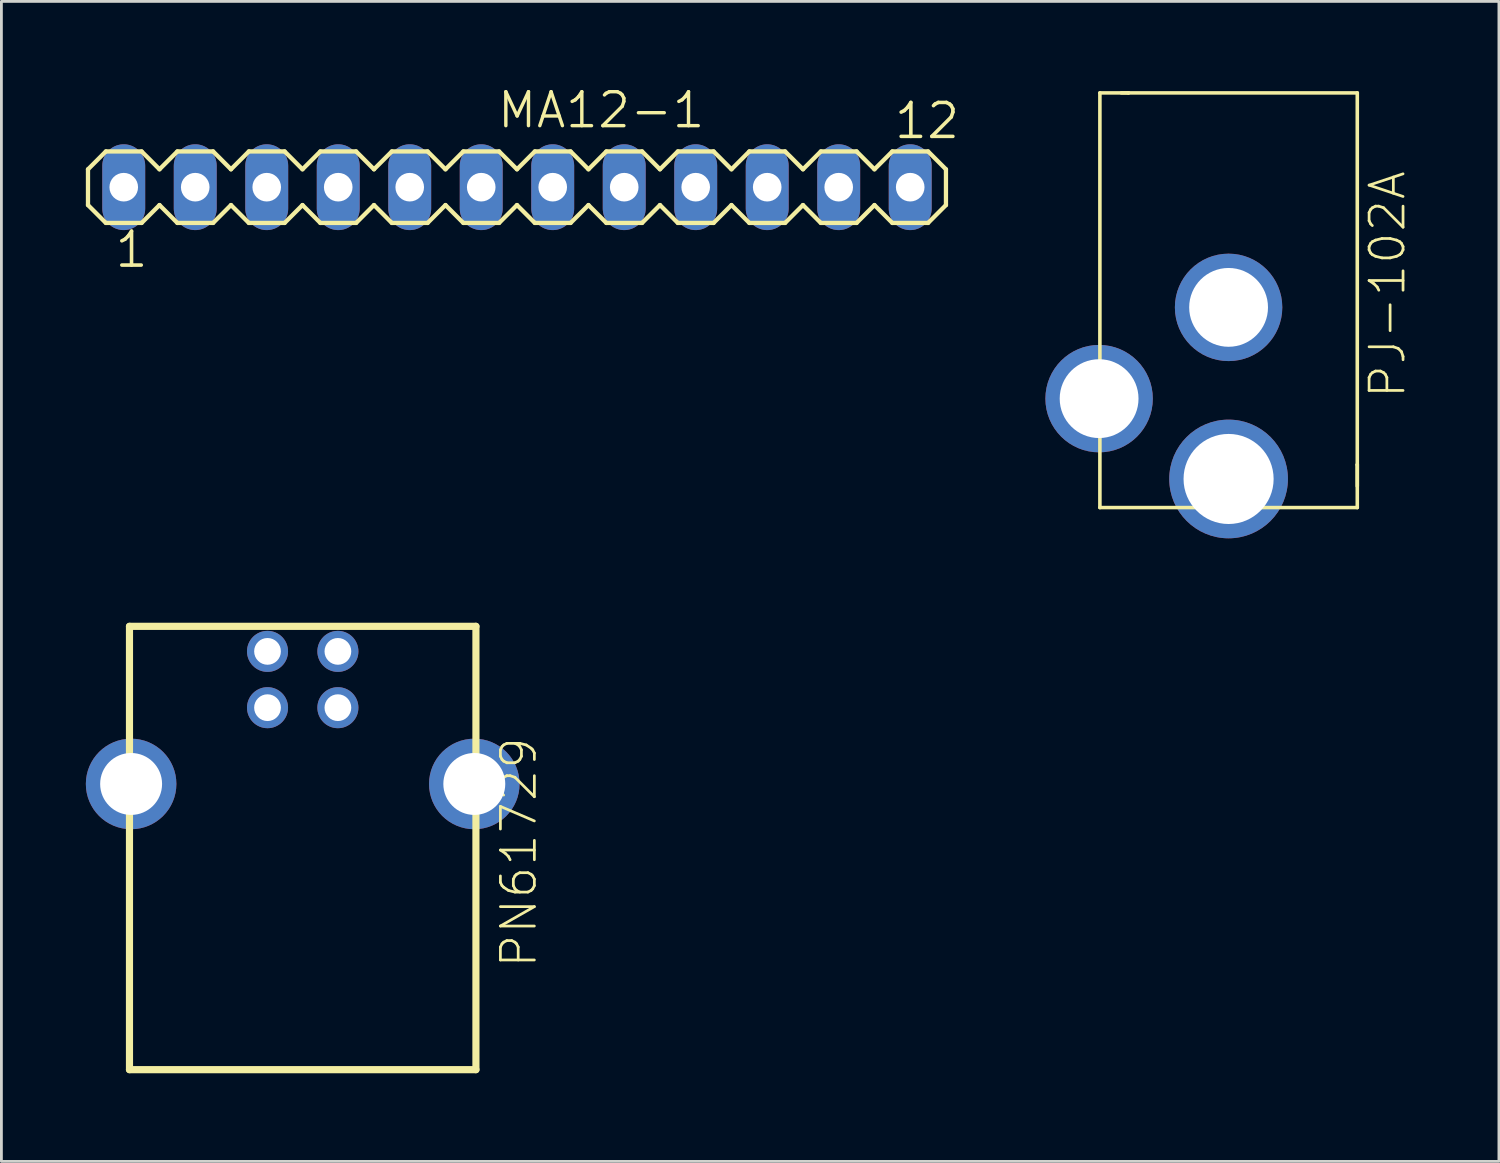
<source format=kicad_pcb>
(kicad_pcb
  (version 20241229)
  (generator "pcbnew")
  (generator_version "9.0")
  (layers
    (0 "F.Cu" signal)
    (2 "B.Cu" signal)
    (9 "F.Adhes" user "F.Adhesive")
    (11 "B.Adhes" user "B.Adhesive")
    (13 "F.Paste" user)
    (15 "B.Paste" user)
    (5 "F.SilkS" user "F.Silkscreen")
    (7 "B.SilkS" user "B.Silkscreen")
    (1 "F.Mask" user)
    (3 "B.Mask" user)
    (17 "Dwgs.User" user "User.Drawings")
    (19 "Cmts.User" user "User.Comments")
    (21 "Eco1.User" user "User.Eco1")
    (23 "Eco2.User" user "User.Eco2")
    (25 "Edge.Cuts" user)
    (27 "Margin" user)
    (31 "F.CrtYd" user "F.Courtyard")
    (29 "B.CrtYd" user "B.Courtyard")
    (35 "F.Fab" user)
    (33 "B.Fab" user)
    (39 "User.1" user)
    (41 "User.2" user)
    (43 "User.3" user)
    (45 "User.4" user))
  (footprint "PJ-102A"
    (layer "F.Cu")
    (at 40.597 0.25)
    (property "Reference" "PJ-102A" (at 6.35 10.922 270) (layer "F.SilkS") (effects (font (size 1.206 1.206) (thickness 0.097)) (justify left bottom)))
    (attr through_hole)
    (fp_line (start -4.572 0) (end -4.572 14.732) (stroke (width 0.127) (type solid)) (layer "F.SilkS"))
    (fp_line (start -4.572 14.732) (end 4.572 14.732) (stroke (width 0.127) (type solid)) (layer "F.SilkS"))
    (fp_line (start -3.81 0) (end -3.556 0) (stroke (width 0.127) (type solid)) (layer "F.SilkS"))
    (fp_line (start -3.556 0) (end -4.572 0) (stroke (width 0.127) (type solid)) (layer "F.SilkS"))
    (fp_line (start -3.556 0) (end 4.572 0) (stroke (width 0.127) (type solid)) (layer "F.SilkS"))
    (fp_line (start 4.572 0) (end 4.572 13.208) (stroke (width 0.127) (type solid)) (layer "F.SilkS"))
    (fp_line (start 4.572 13.208) (end 4.572 13.97) (stroke (width 0.127) (type solid)) (layer "F.SilkS"))
    (fp_line (start 4.572 14.732) (end 4.572 13.208) (stroke (width 0.127) (type solid)) (layer "F.SilkS"))
    (pad "P$1" thru_hole circle (at -4.6 10.862 180) (size 3.816 3.816) (drill 2.8) (layers "*.Cu" "*.Mask"))
    (pad "P$2" thru_hole circle (at 0 7.62 180) (size 3.816 3.816) (drill 2.8) (layers "*.Cu" "*.Mask"))
    (pad "P$3" thru_hole circle (at 0 13.716 180) (size 4.216 4.216) (drill 3.2) (layers "*.Cu" "*.Mask")))
  (footprint "MA12-1"
    (layer "F.Cu")
    (at 15.316 3.6)
    (property "Reference" "MA12-1" (at -0.762 -2.032 0) (layer "F.SilkS") (effects (font (size 1.206 1.206) (thickness 0.121)) (justify left bottom)))
    (attr through_hole)
    (fp_line (start -15.24 -0.635) (end -15.24 0.635) (stroke (width 0.152) (type solid)) (layer "F.SilkS"))
    (fp_line (start -15.24 0.635) (end -14.605 1.27) (stroke (width 0.152) (type solid)) (layer "F.SilkS"))
    (fp_line (start -14.605 -1.27) (end -15.24 -0.635) (stroke (width 0.152) (type solid)) (layer "F.SilkS"))
    (fp_line (start -14.605 -1.27) (end -13.335 -1.27) (stroke (width 0.152) (type solid)) (layer "F.SilkS"))
    (fp_line (start -13.335 -1.27) (end -12.7 -0.635) (stroke (width 0.152) (type solid)) (layer "F.SilkS"))
    (fp_line (start -13.335 1.27) (end -14.605 1.27) (stroke (width 0.152) (type solid)) (layer "F.SilkS"))
    (fp_line (start -12.7 -0.635) (end -12.065 -1.27) (stroke (width 0.152) (type solid)) (layer "F.SilkS"))
    (fp_line (start -12.7 0.635) (end -13.335 1.27) (stroke (width 0.152) (type solid)) (layer "F.SilkS"))
    (fp_line (start -12.065 -1.27) (end -10.795 -1.27) (stroke (width 0.152) (type solid)) (layer "F.SilkS"))
    (fp_line (start -12.065 1.27) (end -12.7 0.635) (stroke (width 0.152) (type solid)) (layer "F.SilkS"))
    (fp_line (start -10.795 -1.27) (end -10.16 -0.635) (stroke (width 0.152) (type solid)) (layer "F.SilkS"))
    (fp_line (start -10.795 1.27) (end -12.065 1.27) (stroke (width 0.152) (type solid)) (layer "F.SilkS"))
    (fp_line (start -10.16 -0.635) (end -9.525 -1.27) (stroke (width 0.152) (type solid)) (layer "F.SilkS"))
    (fp_line (start -10.16 0.635) (end -10.795 1.27) (stroke (width 0.152) (type solid)) (layer "F.SilkS"))
    (fp_line (start -9.525 -1.27) (end -8.255 -1.27) (stroke (width 0.152) (type solid)) (layer "F.SilkS"))
    (fp_line (start -9.525 1.27) (end -10.16 0.635) (stroke (width 0.152) (type solid)) (layer "F.SilkS"))
    (fp_line (start -8.255 -1.27) (end -7.62 -0.635) (stroke (width 0.152) (type solid)) (layer "F.SilkS"))
    (fp_line (start -8.255 1.27) (end -9.525 1.27) (stroke (width 0.152) (type solid)) (layer "F.SilkS"))
    (fp_line (start -7.62 0.635) (end -8.255 1.27) (stroke (width 0.152) (type solid)) (layer "F.SilkS"))
    (fp_line (start -7.62 0.635) (end -6.985 1.27) (stroke (width 0.152) (type solid)) (layer "F.SilkS"))
    (fp_line (start -6.985 -1.27) (end -7.62 -0.635) (stroke (width 0.152) (type solid)) (layer "F.SilkS"))
    (fp_line (start -6.985 -1.27) (end -5.715 -1.27) (stroke (width 0.152) (type solid)) (layer "F.SilkS"))
    (fp_line (start -5.715 -1.27) (end -5.08 -0.635) (stroke (width 0.152) (type solid)) (layer "F.SilkS"))
    (fp_line (start -5.715 1.27) (end -6.985 1.27) (stroke (width 0.152) (type solid)) (layer "F.SilkS"))
    (fp_line (start -5.08 -0.635) (end -4.445 -1.27) (stroke (width 0.152) (type solid)) (layer "F.SilkS"))
    (fp_line (start -5.08 0.635) (end -5.715 1.27) (stroke (width 0.152) (type solid)) (layer "F.SilkS"))
    (fp_line (start -4.445 -1.27) (end -3.175 -1.27) (stroke (width 0.152) (type solid)) (layer "F.SilkS"))
    (fp_line (start -4.445 1.27) (end -5.08 0.635) (stroke (width 0.152) (type solid)) (layer "F.SilkS"))
    (fp_line (start -3.175 -1.27) (end -2.54 -0.635) (stroke (width 0.152) (type solid)) (layer "F.SilkS"))
    (fp_line (start -3.175 1.27) (end -4.445 1.27) (stroke (width 0.152) (type solid)) (layer "F.SilkS"))
    (fp_line (start -2.54 -0.635) (end -1.905 -1.27) (stroke (width 0.152) (type solid)) (layer "F.SilkS"))
    (fp_line (start -2.54 0.635) (end -3.175 1.27) (stroke (width 0.152) (type solid)) (layer "F.SilkS"))
    (fp_line (start -1.905 -1.27) (end -0.635 -1.27) (stroke (width 0.152) (type solid)) (layer "F.SilkS"))
    (fp_line (start -1.905 1.27) (end -2.54 0.635) (stroke (width 0.152) (type solid)) (layer "F.SilkS"))
    (fp_line (start -0.635 -1.27) (end 0 -0.635) (stroke (width 0.152) (type solid)) (layer "F.SilkS"))
    (fp_line (start -0.635 1.27) (end -1.905 1.27) (stroke (width 0.152) (type solid)) (layer "F.SilkS"))
    (fp_line (start 0 0.635) (end -0.635 1.27) (stroke (width 0.152) (type solid)) (layer "F.SilkS"))
    (fp_line (start 0 0.635) (end 0.635 1.27) (stroke (width 0.152) (type solid)) (layer "F.SilkS"))
    (fp_line (start 0.635 -1.27) (end 0 -0.635) (stroke (width 0.152) (type solid)) (layer "F.SilkS"))
    (fp_line (start 0.635 -1.27) (end 1.905 -1.27) (stroke (width 0.152) (type solid)) (layer "F.SilkS"))
    (fp_line (start 1.905 -1.27) (end 2.54 -0.635) (stroke (width 0.152) (type solid)) (layer "F.SilkS"))
    (fp_line (start 1.905 1.27) (end 0.635 1.27) (stroke (width 0.152) (type solid)) (layer "F.SilkS"))
    (fp_line (start 2.54 -0.635) (end 3.175 -1.27) (stroke (width 0.152) (type solid)) (layer "F.SilkS"))
    (fp_line (start 2.54 0.635) (end 1.905 1.27) (stroke (width 0.152) (type solid)) (layer "F.SilkS"))
    (fp_line (start 3.175 -1.27) (end 4.445 -1.27) (stroke (width 0.152) (type solid)) (layer "F.SilkS"))
    (fp_line (start 3.175 1.27) (end 2.54 0.635) (stroke (width 0.152) (type solid)) (layer "F.SilkS"))
    (fp_line (start 4.445 -1.27) (end 5.08 -0.635) (stroke (width 0.152) (type solid)) (layer "F.SilkS"))
    (fp_line (start 4.445 1.27) (end 3.175 1.27) (stroke (width 0.152) (type solid)) (layer "F.SilkS"))
    (fp_line (start 5.08 -0.635) (end 5.715 -1.27) (stroke (width 0.152) (type solid)) (layer "F.SilkS"))
    (fp_line (start 5.08 0.635) (end 4.445 1.27) (stroke (width 0.152) (type solid)) (layer "F.SilkS"))
    (fp_line (start 5.715 -1.27) (end 6.985 -1.27) (stroke (width 0.152) (type solid)) (layer "F.SilkS"))
    (fp_line (start 5.715 1.27) (end 5.08 0.635) (stroke (width 0.152) (type solid)) (layer "F.SilkS"))
    (fp_line (start 6.985 -1.27) (end 7.62 -0.635) (stroke (width 0.152) (type solid)) (layer "F.SilkS"))
    (fp_line (start 6.985 1.27) (end 5.715 1.27) (stroke (width 0.152) (type solid)) (layer "F.SilkS"))
    (fp_line (start 7.62 0.635) (end 6.985 1.27) (stroke (width 0.152) (type solid)) (layer "F.SilkS"))
    (fp_line (start 7.62 0.635) (end 8.255 1.27) (stroke (width 0.152) (type solid)) (layer "F.SilkS"))
    (fp_line (start 8.255 -1.27) (end 7.62 -0.635) (stroke (width 0.152) (type solid)) (layer "F.SilkS"))
    (fp_line (start 8.255 -1.27) (end 9.525 -1.27) (stroke (width 0.152) (type solid)) (layer "F.SilkS"))
    (fp_line (start 9.525 -1.27) (end 10.16 -0.635) (stroke (width 0.152) (type solid)) (layer "F.SilkS"))
    (fp_line (start 9.525 1.27) (end 8.255 1.27) (stroke (width 0.152) (type solid)) (layer "F.SilkS"))
    (fp_line (start 10.16 -0.635) (end 10.795 -1.27) (stroke (width 0.152) (type solid)) (layer "F.SilkS"))
    (fp_line (start 10.16 0.635) (end 9.525 1.27) (stroke (width 0.152) (type solid)) (layer "F.SilkS"))
    (fp_line (start 10.795 -1.27) (end 12.065 -1.27) (stroke (width 0.152) (type solid)) (layer "F.SilkS"))
    (fp_line (start 10.795 1.27) (end 10.16 0.635) (stroke (width 0.152) (type solid)) (layer "F.SilkS"))
    (fp_line (start 12.065 -1.27) (end 12.7 -0.635) (stroke (width 0.152) (type solid)) (layer "F.SilkS"))
    (fp_line (start 12.065 1.27) (end 10.795 1.27) (stroke (width 0.152) (type solid)) (layer "F.SilkS"))
    (fp_line (start 12.7 -0.635) (end 13.335 -1.27) (stroke (width 0.152) (type solid)) (layer "F.SilkS"))
    (fp_line (start 12.7 0.635) (end 12.065 1.27) (stroke (width 0.152) (type solid)) (layer "F.SilkS"))
    (fp_line (start 13.335 -1.27) (end 14.605 -1.27) (stroke (width 0.152) (type solid)) (layer "F.SilkS"))
    (fp_line (start 13.335 1.27) (end 12.7 0.635) (stroke (width 0.152) (type solid)) (layer "F.SilkS"))
    (fp_line (start 14.605 -1.27) (end 15.24 -0.635) (stroke (width 0.152) (type solid)) (layer "F.SilkS"))
    (fp_line (start 14.605 1.27) (end 13.335 1.27) (stroke (width 0.152) (type solid)) (layer "F.SilkS"))
    (fp_line (start 15.24 -0.635) (end 15.24 0.635) (stroke (width 0.152) (type solid)) (layer "F.SilkS"))
    (fp_line (start 15.24 0.635) (end 14.605 1.27) (stroke (width 0.152) (type solid)) (layer "F.SilkS"))
    (fp_poly (pts (xy -14.224 0.254) (xy -13.716 0.254) (xy -13.716 -0.254) (xy -14.224 -0.254)) (stroke (width 0.1) (type solid)) (fill no) (layer "F.Fab"))
    (fp_poly (pts (xy -11.684 0.254) (xy -11.176 0.254) (xy -11.176 -0.254) (xy -11.684 -0.254)) (stroke (width 0.1) (type solid)) (fill no) (layer "F.Fab"))
    (fp_poly (pts (xy -9.144 0.254) (xy -8.636 0.254) (xy -8.636 -0.254) (xy -9.144 -0.254)) (stroke (width 0.1) (type solid)) (fill no) (layer "F.Fab"))
    (fp_poly (pts (xy -6.604 0.254) (xy -6.096 0.254) (xy -6.096 -0.254) (xy -6.604 -0.254)) (stroke (width 0.1) (type solid)) (fill no) (layer "F.Fab"))
    (fp_poly (pts (xy -4.064 0.254) (xy -3.556 0.254) (xy -3.556 -0.254) (xy -4.064 -0.254)) (stroke (width 0.1) (type solid)) (fill no) (layer "F.Fab"))
    (fp_poly (pts (xy -1.524 0.254) (xy -1.016 0.254) (xy -1.016 -0.254) (xy -1.524 -0.254)) (stroke (width 0.1) (type solid)) (fill no) (layer "F.Fab"))
    (fp_poly (pts (xy 1.016 0.254) (xy 1.524 0.254) (xy 1.524 -0.254) (xy 1.016 -0.254)) (stroke (width 0.1) (type solid)) (fill no) (layer "F.Fab"))
    (fp_poly (pts (xy 3.556 0.254) (xy 4.064 0.254) (xy 4.064 -0.254) (xy 3.556 -0.254)) (stroke (width 0.1) (type solid)) (fill no) (layer "F.Fab"))
    (fp_poly (pts (xy 6.096 0.254) (xy 6.604 0.254) (xy 6.604 -0.254) (xy 6.096 -0.254)) (stroke (width 0.1) (type solid)) (fill no) (layer "F.Fab"))
    (fp_poly (pts (xy 8.636 0.254) (xy 9.144 0.254) (xy 9.144 -0.254) (xy 8.636 -0.254)) (stroke (width 0.1) (type solid)) (fill no) (layer "F.Fab"))
    (fp_poly (pts (xy 11.176 0.254) (xy 11.684 0.254) (xy 11.684 -0.254) (xy 11.176 -0.254)) (stroke (width 0.1) (type solid)) (fill no) (layer "F.Fab"))
    (fp_poly (pts (xy 13.716 0.254) (xy 14.224 0.254) (xy 14.224 -0.254) (xy 13.716 -0.254)) (stroke (width 0.1) (type solid)) (fill no) (layer "F.Fab"))
    (fp_text user "1" (at -14.351 2.921 0) (layer "F.SilkS") (effects (font (size 1.206 1.206) (thickness 0.127)) (justify left bottom)))
    (fp_text user "12" (at 13.335 -1.651 0) (layer "F.SilkS") (effects (font (size 1.206 1.206) (thickness 0.127)) (justify left bottom)))
    (pad "1" thru_hole oval (at -13.97 0 90) (size 3.048 1.524) (drill 1.016) (layers "*.Cu" "*.Mask"))
    (pad "2" thru_hole oval (at -11.43 0 90) (size 3.048 1.524) (drill 1.016) (layers "*.Cu" "*.Mask"))
    (pad "3" thru_hole oval (at -8.89 0 90) (size 3.048 1.524) (drill 1.016) (layers "*.Cu" "*.Mask"))
    (pad "4" thru_hole oval (at -6.35 0 90) (size 3.048 1.524) (drill 1.016) (layers "*.Cu" "*.Mask"))
    (pad "5" thru_hole oval (at -3.81 0 90) (size 3.048 1.524) (drill 1.016) (layers "*.Cu" "*.Mask"))
    (pad "6" thru_hole oval (at -1.27 0 90) (size 3.048 1.524) (drill 1.016) (layers "*.Cu" "*.Mask"))
    (pad "7" thru_hole oval (at 1.27 0 90) (size 3.048 1.524) (drill 1.016) (layers "*.Cu" "*.Mask"))
    (pad "8" thru_hole oval (at 3.81 0 90) (size 3.048 1.524) (drill 1.016) (layers "*.Cu" "*.Mask"))
    (pad "9" thru_hole oval (at 6.35 0 90) (size 3.048 1.524) (drill 1.016) (layers "*.Cu" "*.Mask"))
    (pad "10" thru_hole oval (at 8.89 0 90) (size 3.048 1.524) (drill 1.016) (layers "*.Cu" "*.Mask"))
    (pad "11" thru_hole oval (at 11.43 0 90) (size 3.048 1.524) (drill 1.016) (layers "*.Cu" "*.Mask"))
    (pad "12" thru_hole oval (at 13.97 0 90) (size 3.048 1.524) (drill 1.016) (layers "*.Cu" "*.Mask")))
  (footprint "PN61729"
    (layer "F.Cu")
    (at 7.704 34.961)
    (property "Reference" "PN61729" (at 8.382 -3.556 90) (layer "F.SilkS") (effects (font (size 1.206 1.206) (thickness 0.097)) (justify left bottom)))
    (attr through_hole)
    (fp_line (start -6.154 -15.76) (end -6.154 -0.01) (stroke (width 0.254) (type solid)) (layer "F.SilkS"))
    (fp_line (start -6.154 -0.01) (end 6.154 -0.01) (stroke (width 0.254) (type solid)) (layer "F.SilkS"))
    (fp_line (start 6.154 -15.76) (end -6.154 -15.76) (stroke (width 0.254) (type solid)) (layer "F.SilkS"))
    (fp_line (start 6.154 -0.01) (end 6.154 -15.76) (stroke (width 0.254) (type solid)) (layer "F.SilkS"))
    (pad "1" thru_hole circle (at 1.25 -14.87) (size 1.458 1.458) (drill 0.95) (layers "*.Cu" "*.Mask"))
    (pad "2" thru_hole circle (at -1.25 -14.87) (size 1.458 1.458) (drill 0.95) (layers "*.Cu" "*.Mask"))
    (pad "3" thru_hole circle (at -1.25 -12.87) (size 1.458 1.458) (drill 0.95) (layers "*.Cu" "*.Mask"))
    (pad "4" thru_hole circle (at 1.25 -12.87) (size 1.458 1.458) (drill 0.95) (layers "*.Cu" "*.Mask"))
    (pad "M2" thru_hole circle (at -6.096 -10.16) (size 3.216 3.216) (drill 2.2) (layers "*.Cu" "*.Mask"))
    (pad "P$2" thru_hole circle (at 6.096 -10.16) (size 3.216 3.216) (drill 2.2) (layers "*.Cu" "*.Mask")))
  (gr_rect
    (start -3 -3)
    (end 50.201 38.211)
    (stroke (width 0.1) (type default))
    (fill no)
    (layer "Edge.Cuts")))
</source>
